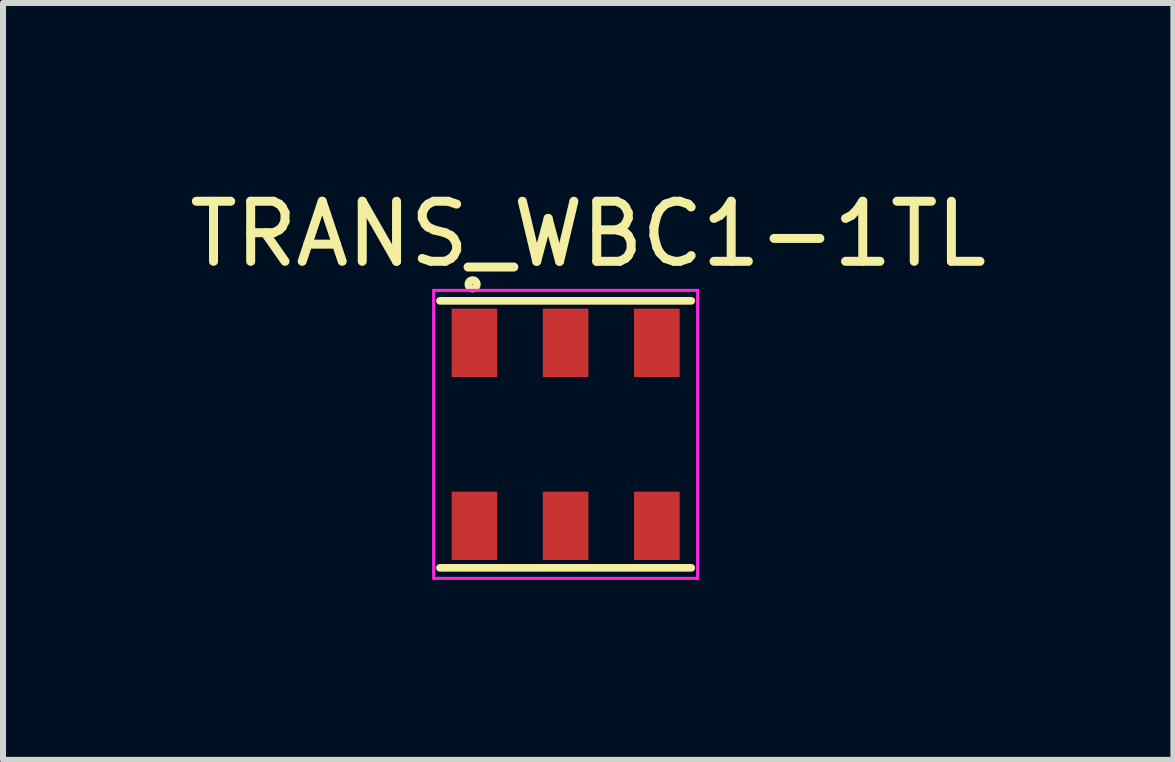
<source format=kicad_pcb>
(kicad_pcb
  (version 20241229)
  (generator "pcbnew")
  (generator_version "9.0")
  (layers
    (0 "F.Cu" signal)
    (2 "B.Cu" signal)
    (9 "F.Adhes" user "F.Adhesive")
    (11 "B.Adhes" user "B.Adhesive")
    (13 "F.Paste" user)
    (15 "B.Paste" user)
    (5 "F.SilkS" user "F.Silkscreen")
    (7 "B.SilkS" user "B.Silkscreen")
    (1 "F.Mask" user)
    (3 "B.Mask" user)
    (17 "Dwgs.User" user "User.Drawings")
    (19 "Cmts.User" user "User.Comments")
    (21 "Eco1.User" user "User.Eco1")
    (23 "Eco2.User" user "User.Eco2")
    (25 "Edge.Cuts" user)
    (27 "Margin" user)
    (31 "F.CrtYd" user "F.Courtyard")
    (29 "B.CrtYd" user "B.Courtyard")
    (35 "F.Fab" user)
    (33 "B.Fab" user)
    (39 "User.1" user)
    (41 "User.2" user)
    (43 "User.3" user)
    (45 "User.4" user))
  (footprint "TRANS_WBC1-1TL"
    (layer "F.Cu")
    (at 6.377 4.189)
    (property "Reference" "TRANS_WBC1-1TL" (at 0.376 -3.339 0) (layer "F.SilkS") (effects (font (size 1.001 1.001) (thickness 0.15))))
    (attr smd)
    (fp_line (start -2.095 -2.225) (end 2.095 -2.225) (stroke (width 0.127) (type solid)) (layer "F.SilkS"))
    (fp_line (start -2.095 2.225) (end 2.095 2.225) (stroke (width 0.127) (type solid)) (layer "F.SilkS"))
    (fp_circle (center -1.55 -2.5) (end -1.479 -2.5) (stroke (width 0.127) (type solid)) (fill no) (layer "F.SilkS"))
    (fp_line (start -2.2 -2.4) (end 2.2 -2.4) (stroke (width 0.05) (type default)) (layer "F.CrtYd"))
    (fp_line (start -2.2 2.4) (end -2.2 -2.4) (stroke (width 0.05) (type default)) (layer "F.CrtYd"))
    (fp_line (start 2.2 -2.4) (end 2.2 2.4) (stroke (width 0.05) (type default)) (layer "F.CrtYd"))
    (fp_line (start 2.2 2.4) (end -2.2 2.4) (stroke (width 0.05) (type default)) (layer "F.CrtYd"))
    (pad "1" smd rect (at -1.52 -1.525) (size 0.76 1.14) (layers "F.Cu" "F.Mask" "F.Paste"))
    (pad "2" smd rect (at 0 -1.525) (size 0.76 1.14) (layers "F.Cu" "F.Mask" "F.Paste"))
    (pad "3" smd rect (at 1.52 -1.525) (size 0.76 1.14) (layers "F.Cu" "F.Mask" "F.Paste"))
    (pad "4" smd rect (at 1.52 1.525) (size 0.76 1.14) (layers "F.Cu" "F.Mask" "F.Paste"))
    (pad "5" smd rect (at 0 1.525) (size 0.76 1.14) (layers "F.Cu" "F.Mask" "F.Paste"))
    (pad "6" smd rect (at -1.52 1.525) (size 0.76 1.14) (layers "F.Cu" "F.Mask" "F.Paste")))
  (gr_rect
    (start -3 -3)
    (end 16.506 9.614)
    (stroke (width 0.1) (type default))
    (fill no)
    (layer "Edge.Cuts")))
</source>
